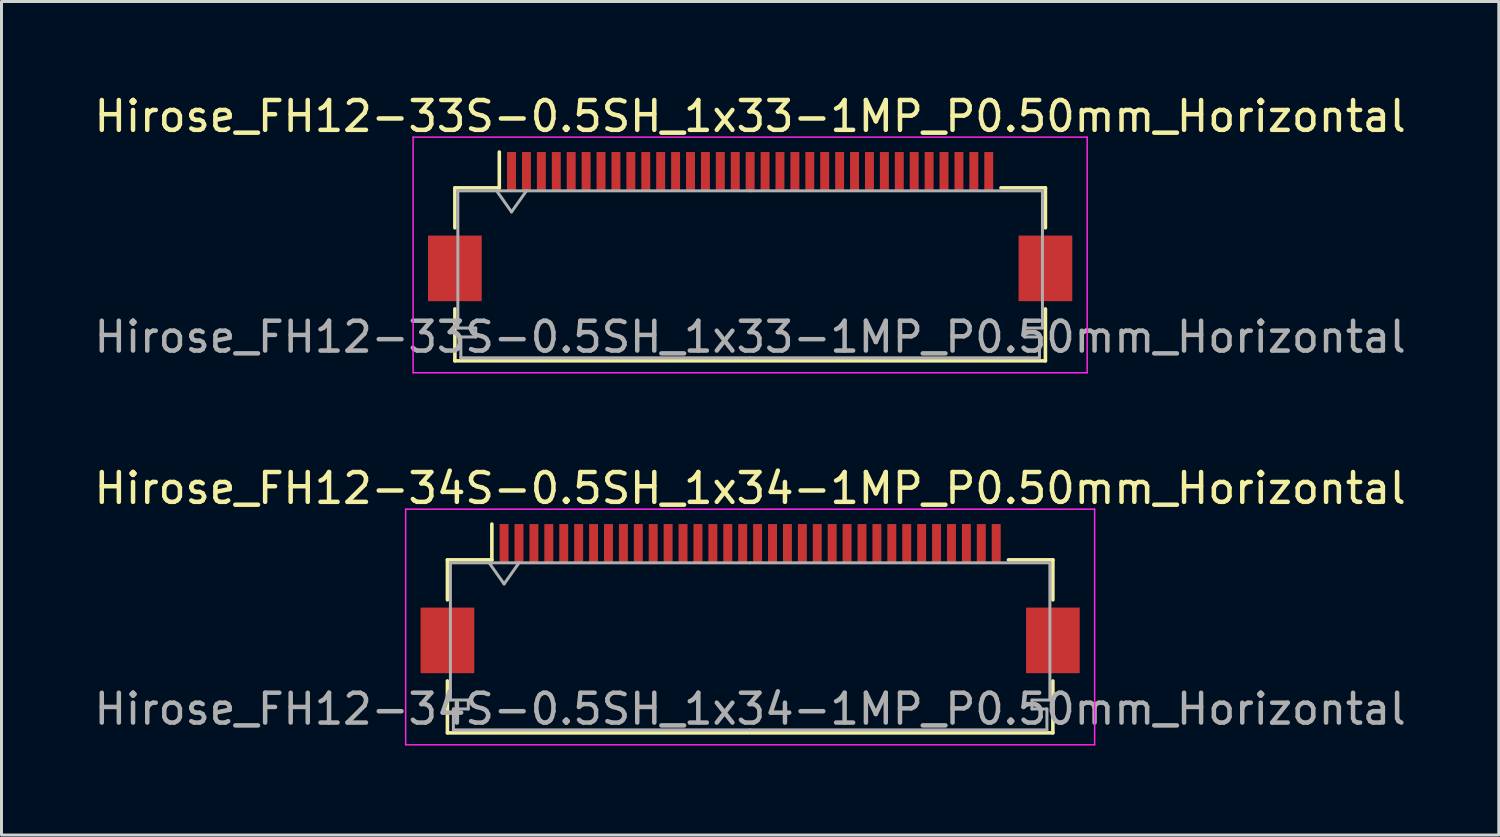
<source format=kicad_pcb>
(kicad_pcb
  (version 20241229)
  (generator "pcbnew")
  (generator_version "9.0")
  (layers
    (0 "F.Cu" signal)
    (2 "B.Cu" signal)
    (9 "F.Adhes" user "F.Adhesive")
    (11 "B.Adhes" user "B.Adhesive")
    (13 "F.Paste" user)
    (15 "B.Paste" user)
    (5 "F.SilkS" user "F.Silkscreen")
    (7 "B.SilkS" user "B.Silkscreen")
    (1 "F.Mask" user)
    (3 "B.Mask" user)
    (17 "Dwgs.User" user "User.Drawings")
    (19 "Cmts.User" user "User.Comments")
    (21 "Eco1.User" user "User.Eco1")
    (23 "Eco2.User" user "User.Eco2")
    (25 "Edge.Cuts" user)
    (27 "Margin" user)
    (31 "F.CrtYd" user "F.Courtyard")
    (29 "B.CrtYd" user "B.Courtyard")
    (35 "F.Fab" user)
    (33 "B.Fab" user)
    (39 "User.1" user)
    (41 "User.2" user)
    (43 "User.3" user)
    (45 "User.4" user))
  (footprint "Hirose_FH12-34S-0.5SH_1x34-1MP_P0.50mm_Horizontal"
    (layer "F.Cu")
    (at 22.101 17.021)
    (property "Reference" "Hirose_FH12-34S-0.5SH_1x34-1MP_P0.50mm_Horizontal" (at 0 -3.7 0) (layer "F.SilkS") (effects (font (size 1 1) (thickness 0.15))))
    (attr smd)
    (fp_line (start -10.15 -1.3) (end -10.15 0.04) (stroke (width 0.12) (type solid)) (layer "F.SilkS"))
    (fp_line (start -10.15 2.76) (end -10.15 4.5) (stroke (width 0.12) (type solid)) (layer "F.SilkS"))
    (fp_line (start -10.15 4.5) (end 10.15 4.5) (stroke (width 0.12) (type solid)) (layer "F.SilkS"))
    (fp_line (start -8.66 -1.3) (end -10.15 -1.3) (stroke (width 0.12) (type solid)) (layer "F.SilkS"))
    (fp_line (start -8.66 -1.3) (end -8.66 -2.5) (stroke (width 0.12) (type solid)) (layer "F.SilkS"))
    (fp_line (start 8.66 -1.3) (end 10.15 -1.3) (stroke (width 0.12) (type solid)) (layer "F.SilkS"))
    (fp_line (start 10.15 -1.3) (end 10.15 0.04) (stroke (width 0.12) (type solid)) (layer "F.SilkS"))
    (fp_line (start 10.15 4.5) (end 10.15 2.76) (stroke (width 0.12) (type solid)) (layer "F.SilkS"))
    (fp_line (start -11.55 -3) (end -11.55 4.9) (stroke (width 0.05) (type solid)) (layer "F.CrtYd"))
    (fp_line (start -11.55 4.9) (end 11.55 4.9) (stroke (width 0.05) (type solid)) (layer "F.CrtYd"))
    (fp_line (start 11.55 -3) (end -11.55 -3) (stroke (width 0.05) (type solid)) (layer "F.CrtYd"))
    (fp_line (start 11.55 4.9) (end 11.55 -3) (stroke (width 0.05) (type solid)) (layer "F.CrtYd"))
    (fp_line (start -10.05 -1.2) (end -10.05 3.4) (stroke (width 0.1) (type solid)) (layer "F.Fab"))
    (fp_line (start -10.05 3.4) (end -9.45 3.4) (stroke (width 0.1) (type solid)) (layer "F.Fab"))
    (fp_line (start -9.95 3.7) (end -9.95 4.4) (stroke (width 0.1) (type solid)) (layer "F.Fab"))
    (fp_line (start -9.95 4.4) (end 0 4.4) (stroke (width 0.1) (type solid)) (layer "F.Fab"))
    (fp_line (start -9.45 3.4) (end -9.45 3.7) (stroke (width 0.1) (type solid)) (layer "F.Fab"))
    (fp_line (start -9.45 3.7) (end -9.95 3.7) (stroke (width 0.1) (type solid)) (layer "F.Fab"))
    (fp_line (start -8.75 -1.2) (end -8.25 -0.493) (stroke (width 0.1) (type solid)) (layer "F.Fab"))
    (fp_line (start -8.25 -0.493) (end -7.75 -1.2) (stroke (width 0.1) (type solid)) (layer "F.Fab"))
    (fp_line (start 0 -1.2) (end -10.05 -1.2) (stroke (width 0.1) (type solid)) (layer "F.Fab"))
    (fp_line (start 0 -1.2) (end 10.05 -1.2) (stroke (width 0.1) (type solid)) (layer "F.Fab"))
    (fp_line (start 9.45 3.4) (end 9.45 3.7) (stroke (width 0.1) (type solid)) (layer "F.Fab"))
    (fp_line (start 9.45 3.7) (end 9.95 3.7) (stroke (width 0.1) (type solid)) (layer "F.Fab"))
    (fp_line (start 9.95 3.7) (end 9.95 4.4) (stroke (width 0.1) (type solid)) (layer "F.Fab"))
    (fp_line (start 9.95 4.4) (end 0 4.4) (stroke (width 0.1) (type solid)) (layer "F.Fab"))
    (fp_line (start 10.05 -1.2) (end 10.05 3.4) (stroke (width 0.1) (type solid)) (layer "F.Fab"))
    (fp_line (start 10.05 3.4) (end 9.45 3.4) (stroke (width 0.1) (type solid)) (layer "F.Fab"))
    (fp_text user "${REFERENCE}" (at 0 3.7 0) (layer "F.Fab") (effects (font (size 1 1) (thickness 0.15))))
    (pad "1" smd rect (at -8.25 -1.85) (size 0.3 1.3) (layers "F.Cu" "F.Mask" "F.Paste"))
    (pad "2" smd rect (at -7.75 -1.85) (size 0.3 1.3) (layers "F.Cu" "F.Mask" "F.Paste"))
    (pad "3" smd rect (at -7.25 -1.85) (size 0.3 1.3) (layers "F.Cu" "F.Mask" "F.Paste"))
    (pad "4" smd rect (at -6.75 -1.85) (size 0.3 1.3) (layers "F.Cu" "F.Mask" "F.Paste"))
    (pad "5" smd rect (at -6.25 -1.85) (size 0.3 1.3) (layers "F.Cu" "F.Mask" "F.Paste"))
    (pad "6" smd rect (at -5.75 -1.85) (size 0.3 1.3) (layers "F.Cu" "F.Mask" "F.Paste"))
    (pad "7" smd rect (at -5.25 -1.85) (size 0.3 1.3) (layers "F.Cu" "F.Mask" "F.Paste"))
    (pad "8" smd rect (at -4.75 -1.85) (size 0.3 1.3) (layers "F.Cu" "F.Mask" "F.Paste"))
    (pad "9" smd rect (at -4.25 -1.85) (size 0.3 1.3) (layers "F.Cu" "F.Mask" "F.Paste"))
    (pad "10" smd rect (at -3.75 -1.85) (size 0.3 1.3) (layers "F.Cu" "F.Mask" "F.Paste"))
    (pad "11" smd rect (at -3.25 -1.85) (size 0.3 1.3) (layers "F.Cu" "F.Mask" "F.Paste"))
    (pad "12" smd rect (at -2.75 -1.85) (size 0.3 1.3) (layers "F.Cu" "F.Mask" "F.Paste"))
    (pad "13" smd rect (at -2.25 -1.85) (size 0.3 1.3) (layers "F.Cu" "F.Mask" "F.Paste"))
    (pad "14" smd rect (at -1.75 -1.85) (size 0.3 1.3) (layers "F.Cu" "F.Mask" "F.Paste"))
    (pad "15" smd rect (at -1.25 -1.85) (size 0.3 1.3) (layers "F.Cu" "F.Mask" "F.Paste"))
    (pad "16" smd rect (at -0.75 -1.85) (size 0.3 1.3) (layers "F.Cu" "F.Mask" "F.Paste"))
    (pad "17" smd rect (at -0.25 -1.85) (size 0.3 1.3) (layers "F.Cu" "F.Mask" "F.Paste"))
    (pad "18" smd rect (at 0.25 -1.85) (size 0.3 1.3) (layers "F.Cu" "F.Mask" "F.Paste"))
    (pad "19" smd rect (at 0.75 -1.85) (size 0.3 1.3) (layers "F.Cu" "F.Mask" "F.Paste"))
    (pad "20" smd rect (at 1.25 -1.85) (size 0.3 1.3) (layers "F.Cu" "F.Mask" "F.Paste"))
    (pad "21" smd rect (at 1.75 -1.85) (size 0.3 1.3) (layers "F.Cu" "F.Mask" "F.Paste"))
    (pad "22" smd rect (at 2.25 -1.85) (size 0.3 1.3) (layers "F.Cu" "F.Mask" "F.Paste"))
    (pad "23" smd rect (at 2.75 -1.85) (size 0.3 1.3) (layers "F.Cu" "F.Mask" "F.Paste"))
    (pad "24" smd rect (at 3.25 -1.85) (size 0.3 1.3) (layers "F.Cu" "F.Mask" "F.Paste"))
    (pad "25" smd rect (at 3.75 -1.85) (size 0.3 1.3) (layers "F.Cu" "F.Mask" "F.Paste"))
    (pad "26" smd rect (at 4.25 -1.85) (size 0.3 1.3) (layers "F.Cu" "F.Mask" "F.Paste"))
    (pad "27" smd rect (at 4.75 -1.85) (size 0.3 1.3) (layers "F.Cu" "F.Mask" "F.Paste"))
    (pad "28" smd rect (at 5.25 -1.85) (size 0.3 1.3) (layers "F.Cu" "F.Mask" "F.Paste"))
    (pad "29" smd rect (at 5.75 -1.85) (size 0.3 1.3) (layers "F.Cu" "F.Mask" "F.Paste"))
    (pad "30" smd rect (at 6.25 -1.85) (size 0.3 1.3) (layers "F.Cu" "F.Mask" "F.Paste"))
    (pad "31" smd rect (at 6.75 -1.85) (size 0.3 1.3) (layers "F.Cu" "F.Mask" "F.Paste"))
    (pad "32" smd rect (at 7.25 -1.85) (size 0.3 1.3) (layers "F.Cu" "F.Mask" "F.Paste"))
    (pad "33" smd rect (at 7.75 -1.85) (size 0.3 1.3) (layers "F.Cu" "F.Mask" "F.Paste"))
    (pad "34" smd rect (at 8.25 -1.85) (size 0.3 1.3) (layers "F.Cu" "F.Mask" "F.Paste"))
    (pad "MP" smd rect (at -10.15 1.4) (size 1.8 2.2) (layers "F.Cu" "F.Mask" "F.Paste"))
    (pad "MP" smd rect (at 10.15 1.4) (size 1.8 2.2) (layers "F.Cu" "F.Mask" "F.Paste")))
  (footprint "Hirose_FH12-33S-0.5SH_1x33-1MP_P0.50mm_Horizontal"
    (layer "F.Cu")
    (at 22.101 4.548)
    (property "Reference" "Hirose_FH12-33S-0.5SH_1x33-1MP_P0.50mm_Horizontal" (at 0 -3.7 0) (layer "F.SilkS") (effects (font (size 1 1) (thickness 0.15))))
    (attr smd)
    (fp_line (start -9.9 -1.3) (end -9.9 0.04) (stroke (width 0.12) (type solid)) (layer "F.SilkS"))
    (fp_line (start -9.9 2.76) (end -9.9 4.5) (stroke (width 0.12) (type solid)) (layer "F.SilkS"))
    (fp_line (start -9.9 4.5) (end 9.9 4.5) (stroke (width 0.12) (type solid)) (layer "F.SilkS"))
    (fp_line (start -8.41 -1.3) (end -9.9 -1.3) (stroke (width 0.12) (type solid)) (layer "F.SilkS"))
    (fp_line (start -8.41 -1.3) (end -8.41 -2.5) (stroke (width 0.12) (type solid)) (layer "F.SilkS"))
    (fp_line (start 8.41 -1.3) (end 9.9 -1.3) (stroke (width 0.12) (type solid)) (layer "F.SilkS"))
    (fp_line (start 9.9 -1.3) (end 9.9 0.04) (stroke (width 0.12) (type solid)) (layer "F.SilkS"))
    (fp_line (start 9.9 4.5) (end 9.9 2.76) (stroke (width 0.12) (type solid)) (layer "F.SilkS"))
    (fp_line (start -11.3 -3) (end -11.3 4.9) (stroke (width 0.05) (type solid)) (layer "F.CrtYd"))
    (fp_line (start -11.3 4.9) (end 11.3 4.9) (stroke (width 0.05) (type solid)) (layer "F.CrtYd"))
    (fp_line (start 11.3 -3) (end -11.3 -3) (stroke (width 0.05) (type solid)) (layer "F.CrtYd"))
    (fp_line (start 11.3 4.9) (end 11.3 -3) (stroke (width 0.05) (type solid)) (layer "F.CrtYd"))
    (fp_line (start -9.8 -1.2) (end -9.8 3.4) (stroke (width 0.1) (type solid)) (layer "F.Fab"))
    (fp_line (start -9.8 3.4) (end -9.2 3.4) (stroke (width 0.1) (type solid)) (layer "F.Fab"))
    (fp_line (start -9.7 3.7) (end -9.7 4.4) (stroke (width 0.1) (type solid)) (layer "F.Fab"))
    (fp_line (start -9.7 4.4) (end 0 4.4) (stroke (width 0.1) (type solid)) (layer "F.Fab"))
    (fp_line (start -9.2 3.4) (end -9.2 3.7) (stroke (width 0.1) (type solid)) (layer "F.Fab"))
    (fp_line (start -9.2 3.7) (end -9.7 3.7) (stroke (width 0.1) (type solid)) (layer "F.Fab"))
    (fp_line (start -8.5 -1.2) (end -8 -0.493) (stroke (width 0.1) (type solid)) (layer "F.Fab"))
    (fp_line (start -8 -0.493) (end -7.5 -1.2) (stroke (width 0.1) (type solid)) (layer "F.Fab"))
    (fp_line (start 0 -1.2) (end -9.8 -1.2) (stroke (width 0.1) (type solid)) (layer "F.Fab"))
    (fp_line (start 0 -1.2) (end 9.8 -1.2) (stroke (width 0.1) (type solid)) (layer "F.Fab"))
    (fp_line (start 9.2 3.4) (end 9.2 3.7) (stroke (width 0.1) (type solid)) (layer "F.Fab"))
    (fp_line (start 9.2 3.7) (end 9.7 3.7) (stroke (width 0.1) (type solid)) (layer "F.Fab"))
    (fp_line (start 9.7 3.7) (end 9.7 4.4) (stroke (width 0.1) (type solid)) (layer "F.Fab"))
    (fp_line (start 9.7 4.4) (end 0 4.4) (stroke (width 0.1) (type solid)) (layer "F.Fab"))
    (fp_line (start 9.8 -1.2) (end 9.8 3.4) (stroke (width 0.1) (type solid)) (layer "F.Fab"))
    (fp_line (start 9.8 3.4) (end 9.2 3.4) (stroke (width 0.1) (type solid)) (layer "F.Fab"))
    (fp_text user "${REFERENCE}" (at 0 3.7 0) (layer "F.Fab") (effects (font (size 1 1) (thickness 0.15))))
    (pad "1" smd rect (at -8 -1.85) (size 0.3 1.3) (layers "F.Cu" "F.Mask" "F.Paste"))
    (pad "2" smd rect (at -7.5 -1.85) (size 0.3 1.3) (layers "F.Cu" "F.Mask" "F.Paste"))
    (pad "3" smd rect (at -7 -1.85) (size 0.3 1.3) (layers "F.Cu" "F.Mask" "F.Paste"))
    (pad "4" smd rect (at -6.5 -1.85) (size 0.3 1.3) (layers "F.Cu" "F.Mask" "F.Paste"))
    (pad "5" smd rect (at -6 -1.85) (size 0.3 1.3) (layers "F.Cu" "F.Mask" "F.Paste"))
    (pad "6" smd rect (at -5.5 -1.85) (size 0.3 1.3) (layers "F.Cu" "F.Mask" "F.Paste"))
    (pad "7" smd rect (at -5 -1.85) (size 0.3 1.3) (layers "F.Cu" "F.Mask" "F.Paste"))
    (pad "8" smd rect (at -4.5 -1.85) (size 0.3 1.3) (layers "F.Cu" "F.Mask" "F.Paste"))
    (pad "9" smd rect (at -4 -1.85) (size 0.3 1.3) (layers "F.Cu" "F.Mask" "F.Paste"))
    (pad "10" smd rect (at -3.5 -1.85) (size 0.3 1.3) (layers "F.Cu" "F.Mask" "F.Paste"))
    (pad "11" smd rect (at -3 -1.85) (size 0.3 1.3) (layers "F.Cu" "F.Mask" "F.Paste"))
    (pad "12" smd rect (at -2.5 -1.85) (size 0.3 1.3) (layers "F.Cu" "F.Mask" "F.Paste"))
    (pad "13" smd rect (at -2 -1.85) (size 0.3 1.3) (layers "F.Cu" "F.Mask" "F.Paste"))
    (pad "14" smd rect (at -1.5 -1.85) (size 0.3 1.3) (layers "F.Cu" "F.Mask" "F.Paste"))
    (pad "15" smd rect (at -1 -1.85) (size 0.3 1.3) (layers "F.Cu" "F.Mask" "F.Paste"))
    (pad "16" smd rect (at -0.5 -1.85) (size 0.3 1.3) (layers "F.Cu" "F.Mask" "F.Paste"))
    (pad "17" smd rect (at 0 -1.85) (size 0.3 1.3) (layers "F.Cu" "F.Mask" "F.Paste"))
    (pad "18" smd rect (at 0.5 -1.85) (size 0.3 1.3) (layers "F.Cu" "F.Mask" "F.Paste"))
    (pad "19" smd rect (at 1 -1.85) (size 0.3 1.3) (layers "F.Cu" "F.Mask" "F.Paste"))
    (pad "20" smd rect (at 1.5 -1.85) (size 0.3 1.3) (layers "F.Cu" "F.Mask" "F.Paste"))
    (pad "21" smd rect (at 2 -1.85) (size 0.3 1.3) (layers "F.Cu" "F.Mask" "F.Paste"))
    (pad "22" smd rect (at 2.5 -1.85) (size 0.3 1.3) (layers "F.Cu" "F.Mask" "F.Paste"))
    (pad "23" smd rect (at 3 -1.85) (size 0.3 1.3) (layers "F.Cu" "F.Mask" "F.Paste"))
    (pad "24" smd rect (at 3.5 -1.85) (size 0.3 1.3) (layers "F.Cu" "F.Mask" "F.Paste"))
    (pad "25" smd rect (at 4 -1.85) (size 0.3 1.3) (layers "F.Cu" "F.Mask" "F.Paste"))
    (pad "26" smd rect (at 4.5 -1.85) (size 0.3 1.3) (layers "F.Cu" "F.Mask" "F.Paste"))
    (pad "27" smd rect (at 5 -1.85) (size 0.3 1.3) (layers "F.Cu" "F.Mask" "F.Paste"))
    (pad "28" smd rect (at 5.5 -1.85) (size 0.3 1.3) (layers "F.Cu" "F.Mask" "F.Paste"))
    (pad "29" smd rect (at 6 -1.85) (size 0.3 1.3) (layers "F.Cu" "F.Mask" "F.Paste"))
    (pad "30" smd rect (at 6.5 -1.85) (size 0.3 1.3) (layers "F.Cu" "F.Mask" "F.Paste"))
    (pad "31" smd rect (at 7 -1.85) (size 0.3 1.3) (layers "F.Cu" "F.Mask" "F.Paste"))
    (pad "32" smd rect (at 7.5 -1.85) (size 0.3 1.3) (layers "F.Cu" "F.Mask" "F.Paste"))
    (pad "33" smd rect (at 8 -1.85) (size 0.3 1.3) (layers "F.Cu" "F.Mask" "F.Paste"))
    (pad "MP" smd rect (at -9.9 1.4) (size 1.8 2.2) (layers "F.Cu" "F.Mask" "F.Paste"))
    (pad "MP" smd rect (at 9.9 1.4) (size 1.8 2.2) (layers "F.Cu" "F.Mask" "F.Paste")))
  (gr_rect
    (start -3 -3)
    (end 47.202 24.947)
    (stroke (width 0.1) (type default))
    (fill no)
    (layer "Edge.Cuts")))
</source>
